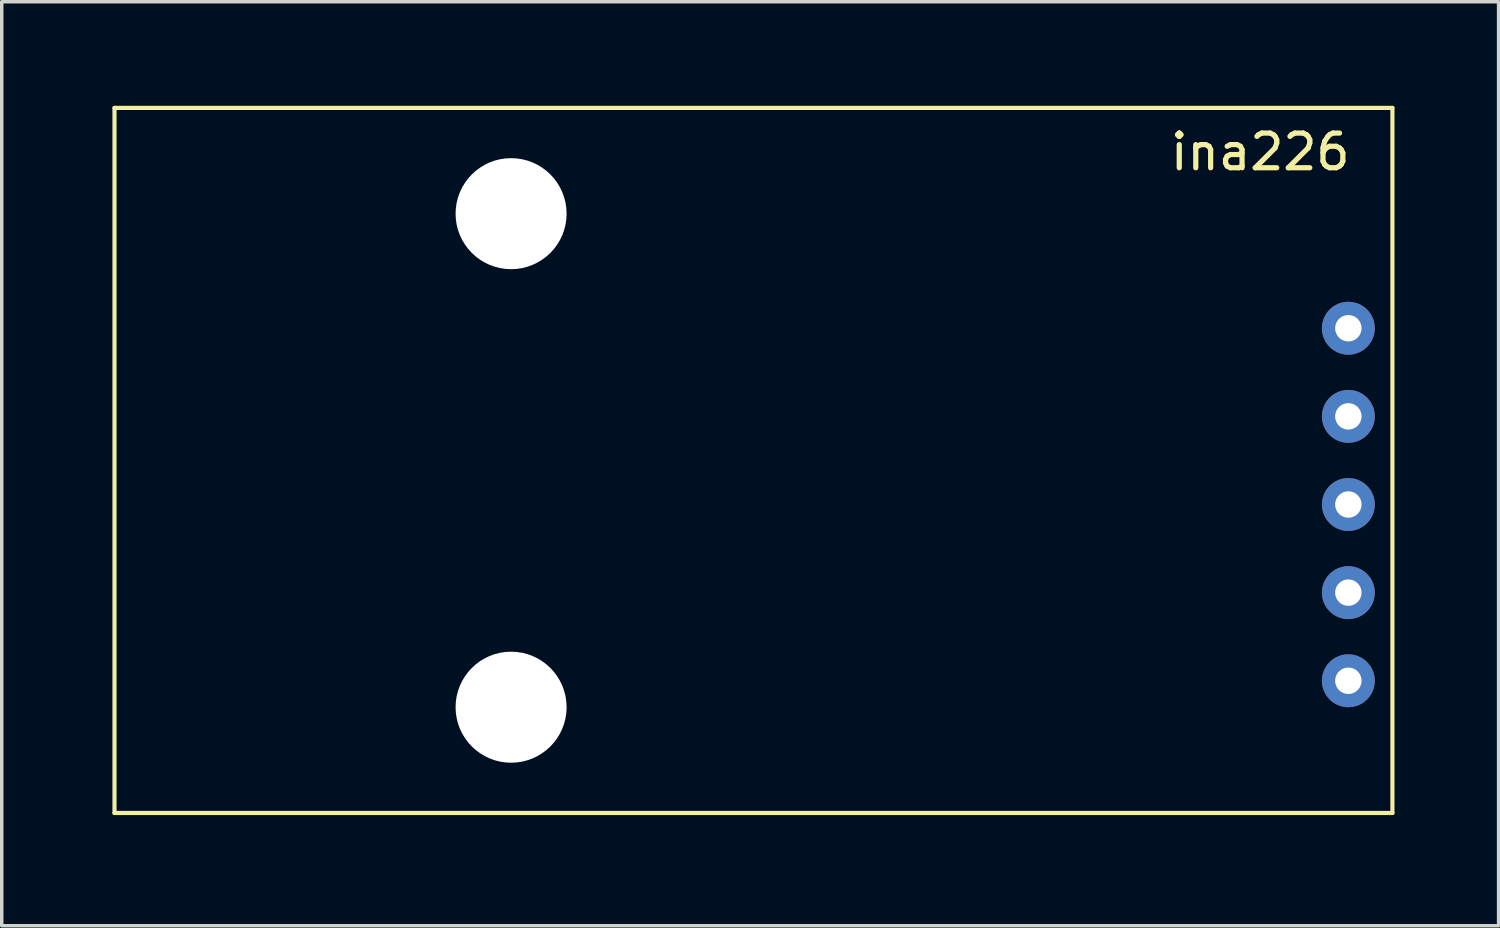
<source format=kicad_pcb>
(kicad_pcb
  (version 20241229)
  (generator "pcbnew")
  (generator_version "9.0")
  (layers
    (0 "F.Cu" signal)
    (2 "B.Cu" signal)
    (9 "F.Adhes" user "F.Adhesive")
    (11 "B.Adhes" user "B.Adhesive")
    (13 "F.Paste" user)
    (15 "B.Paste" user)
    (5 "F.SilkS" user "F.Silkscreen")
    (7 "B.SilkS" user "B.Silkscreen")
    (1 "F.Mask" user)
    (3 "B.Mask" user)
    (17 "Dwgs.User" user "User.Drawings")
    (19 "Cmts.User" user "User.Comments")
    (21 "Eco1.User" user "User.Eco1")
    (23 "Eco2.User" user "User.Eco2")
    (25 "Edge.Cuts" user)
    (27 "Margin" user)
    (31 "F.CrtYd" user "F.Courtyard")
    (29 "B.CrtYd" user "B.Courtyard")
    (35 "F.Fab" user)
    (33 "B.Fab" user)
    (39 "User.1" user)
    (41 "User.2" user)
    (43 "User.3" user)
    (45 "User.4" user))
  (footprint "ina226"
    (layer "F.Cu")
    (at 0.25 20.38)
    (property "Reference" "ina226" (at 33.02 -19.05 0) (layer "F.SilkS") (effects (font (size 1 1) (thickness 0.15))))
    (attr through_hole)
    (fp_line (start 0 -20.32) (end 0 0) (stroke (width 0.12) (type solid)) (layer "F.SilkS"))
    (fp_line (start 0 0) (end 36.83 0) (stroke (width 0.12) (type solid)) (layer "F.SilkS"))
    (fp_line (start 36.83 -20.32) (end 0 -20.32) (stroke (width 0.12) (type solid)) (layer "F.SilkS"))
    (fp_line (start 36.83 0) (end 36.83 -20.32) (stroke (width 0.12) (type solid)) (layer "F.SilkS"))
    (pad "" np_thru_hole circle (at 11.43 -17.272) (size 3.2 3.2) (drill 3.2) (layers "*.Cu" "*.Mask"))
    (pad "" np_thru_hole circle (at 11.43 -3.048) (size 3.2 3.2) (drill 3.2) (layers "*.Cu" "*.Mask"))
    (pad "1" thru_hole circle (at 35.56 -3.81) (size 1.524 1.524) (drill 0.762) (layers "*.Cu" "*.Mask"))
    (pad "2" thru_hole circle (at 35.56 -6.35) (size 1.524 1.524) (drill 0.762) (layers "*.Cu" "*.Mask"))
    (pad "3" thru_hole circle (at 35.56 -8.89) (size 1.524 1.524) (drill 0.762) (layers "*.Cu" "*.Mask"))
    (pad "4" thru_hole circle (at 35.56 -11.43) (size 1.524 1.524) (drill 0.762) (layers "*.Cu" "*.Mask"))
    (pad "5" thru_hole circle (at 35.56 -13.97) (size 1.524 1.524) (drill 0.762) (layers "*.Cu" "*.Mask")))
  (gr_rect
    (start -3 -3)
    (end 40.14 23.63)
    (stroke (width 0.1) (type default))
    (fill no)
    (layer "Edge.Cuts")))
</source>
